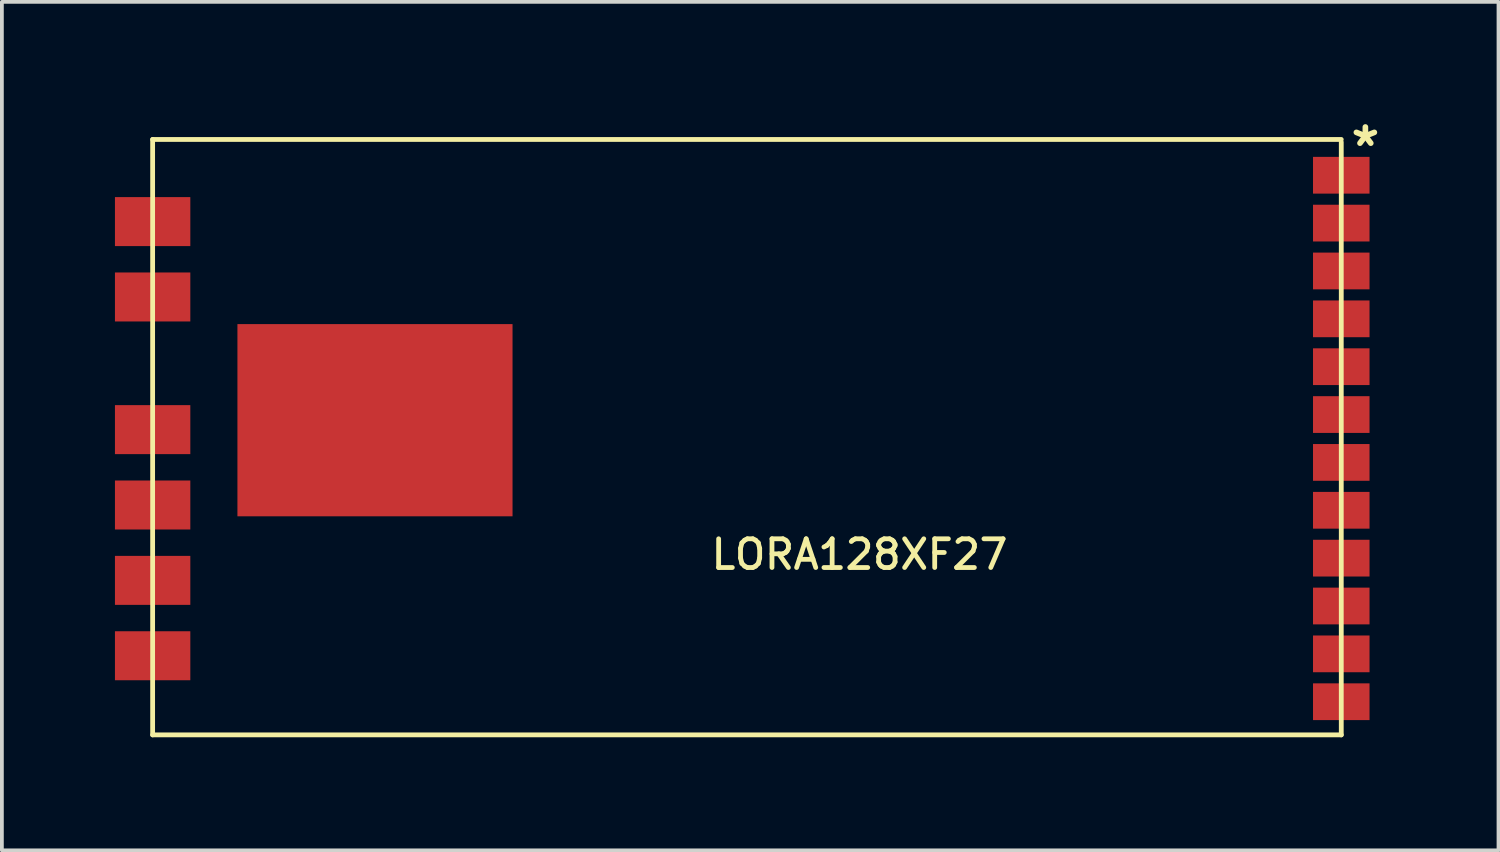
<source format=kicad_pcb>
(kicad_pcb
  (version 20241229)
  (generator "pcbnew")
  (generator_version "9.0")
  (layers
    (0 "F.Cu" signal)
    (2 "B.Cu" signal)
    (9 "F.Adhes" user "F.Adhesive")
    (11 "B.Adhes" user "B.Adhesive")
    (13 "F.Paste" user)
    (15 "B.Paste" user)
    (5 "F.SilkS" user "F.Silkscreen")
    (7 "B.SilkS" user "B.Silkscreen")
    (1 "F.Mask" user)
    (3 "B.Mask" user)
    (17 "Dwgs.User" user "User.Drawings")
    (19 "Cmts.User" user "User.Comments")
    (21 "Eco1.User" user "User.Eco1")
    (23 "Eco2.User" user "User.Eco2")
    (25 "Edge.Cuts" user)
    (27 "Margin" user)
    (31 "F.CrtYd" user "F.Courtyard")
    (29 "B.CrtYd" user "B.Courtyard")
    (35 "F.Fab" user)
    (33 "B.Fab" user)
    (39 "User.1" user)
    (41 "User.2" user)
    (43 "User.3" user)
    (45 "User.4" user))
  (footprint "LORA128XF27"
    (layer "F.Cu")
    (at 1 0.65)
    (property "Reference" "LORA128XF27" (at 14.754 10.567 0) (layer "F.SilkS") (effects (font (size 0.762 0.762) (thickness 0.127)) (justify left top)))
    (attr smd)
    (fp_line (start 0 0) (end 0 15.8) (stroke (width 0.127) (type solid)) (layer "F.SilkS"))
    (fp_line (start 31.54 0) (end 0 0) (stroke (width 0.127) (type solid)) (layer "F.SilkS"))
    (fp_line (start 31.54 0.07) (end 31.54 15.8) (stroke (width 0.127) (type solid)) (layer "F.SilkS"))
    (fp_line (start 31.54 15.8) (end 0 15.8) (stroke (width 0.127) (type solid)) (layer "F.SilkS"))
    (fp_text user "*" (at 31.7 0.8 0) (unlocked yes) (layer "F.SilkS") (effects (font (size 1 1) (thickness 0.15)) (justify left bottom)))
    (pad "1" smd rect (at 31.54 0.95 180) (size 1.5 0.975) (layers "F.Cu" "F.Mask" "F.Paste"))
    (pad "2" smd rect (at 31.54 2.22 180) (size 1.5 0.975) (layers "F.Cu" "F.Mask" "F.Paste"))
    (pad "3" smd rect (at 31.54 3.49 180) (size 1.5 0.975) (layers "F.Cu" "F.Mask" "F.Paste"))
    (pad "4" smd rect (at 31.54 4.76 180) (size 1.5 0.975) (layers "F.Cu" "F.Mask" "F.Paste"))
    (pad "5" smd rect (at 31.54 6.03 180) (size 1.5 0.975) (layers "F.Cu" "F.Mask" "F.Paste"))
    (pad "6" smd rect (at 31.54 7.3 180) (size 1.5 0.975) (layers "F.Cu" "F.Mask" "F.Paste"))
    (pad "7" smd rect (at 31.54 8.57 180) (size 1.5 0.975) (layers "F.Cu" "F.Mask" "F.Paste"))
    (pad "8" smd rect (at 31.54 9.84 180) (size 1.5 0.975) (layers "F.Cu" "F.Mask" "F.Paste"))
    (pad "9" smd rect (at 31.54 11.11 180) (size 1.5 0.975) (layers "F.Cu" "F.Mask" "F.Paste"))
    (pad "10" smd rect (at 31.54 12.38 180) (size 1.5 0.975) (layers "F.Cu" "F.Mask" "F.Paste"))
    (pad "11" smd rect (at 31.54 13.65 180) (size 1.5 0.975) (layers "F.Cu" "F.Mask" "F.Paste"))
    (pad "12" smd rect (at 31.54 14.92 180) (size 1.5 0.975) (layers "F.Cu" "F.Mask" "F.Paste"))
    (pad "13" smd rect (at 0 13.7 180) (size 2 1.3) (layers "F.Cu" "F.Mask" "F.Paste"))
    (pad "14" smd rect (at 0 11.7 180) (size 2 1.3) (layers "F.Cu" "F.Mask" "F.Paste"))
    (pad "15" smd rect (at 0 9.7 180) (size 2 1.3) (layers "F.Cu" "F.Mask" "F.Paste"))
    (pad "16" smd rect (at 0 7.7 180) (size 2 1.3) (layers "F.Cu" "F.Mask" "F.Paste"))
    (pad "17" smd rect (at 0 4.18 180) (size 2 1.3) (layers "F.Cu" "F.Mask" "F.Paste"))
    (pad "18" smd rect (at 0 2.18 180) (size 2 1.3) (layers "F.Cu" "F.Mask" "F.Paste"))
    (pad "19" smd rect (at 5.9 7.45 180) (size 7.3 5.1) (layers "F.Cu" "F.Mask")))
  (gr_rect
    (start -3 -3)
    (end 36.712 19.514)
    (stroke (width 0.1) (type default))
    (fill no)
    (layer "Edge.Cuts")))
</source>
